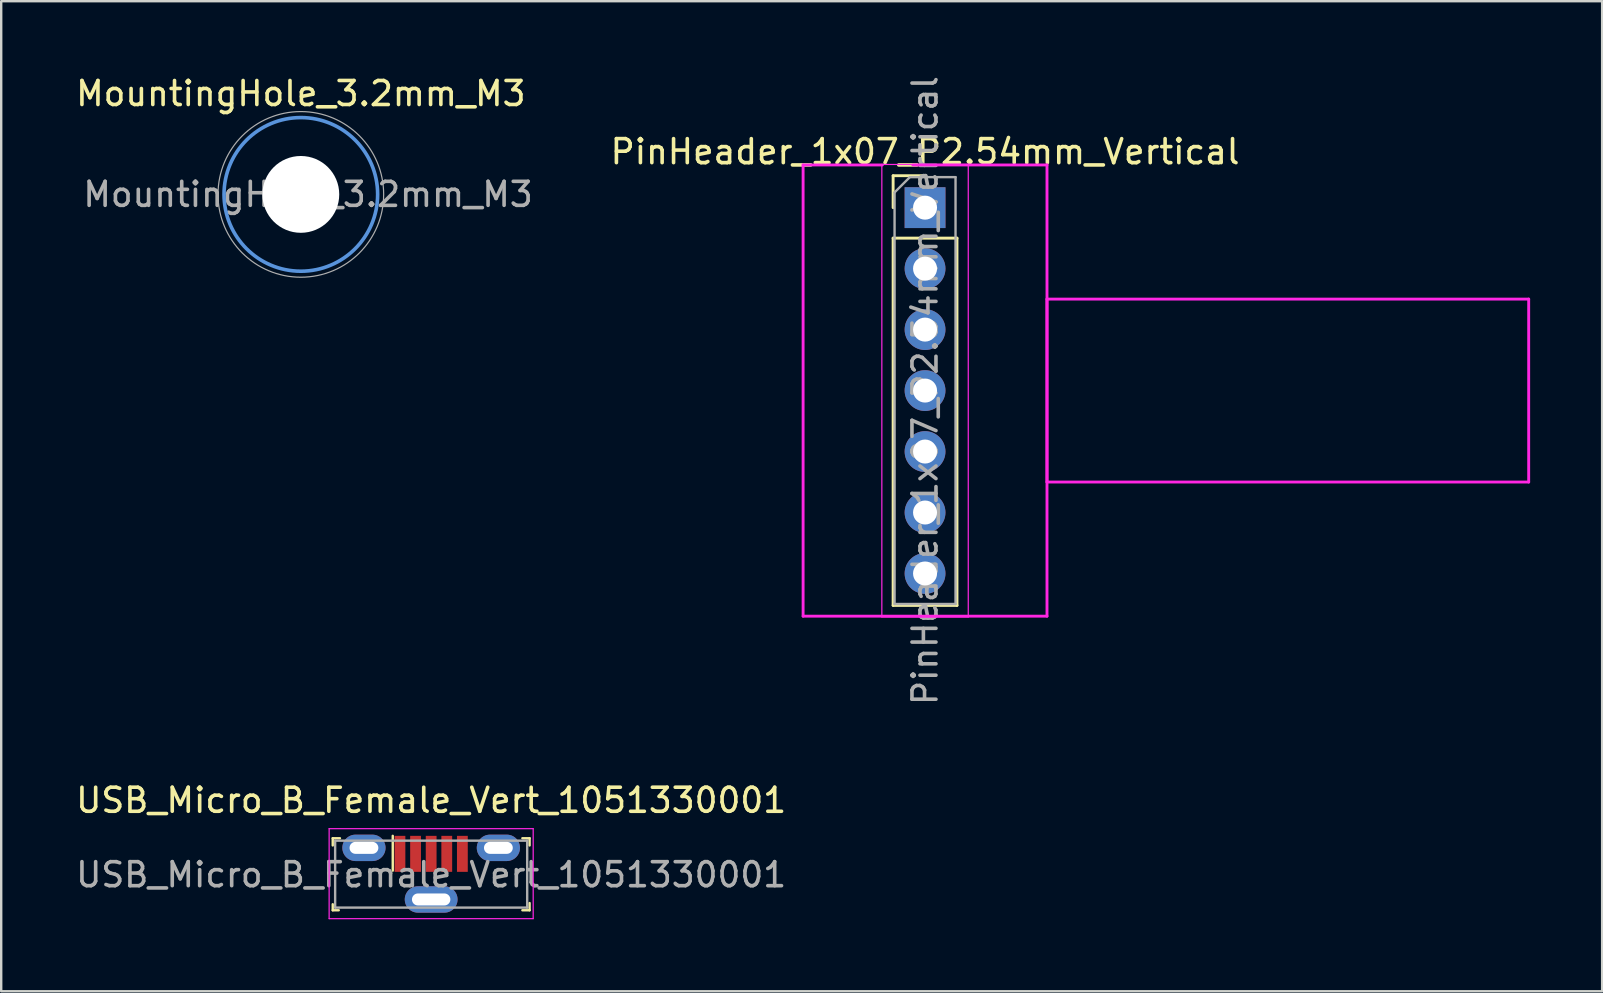
<source format=kicad_pcb>
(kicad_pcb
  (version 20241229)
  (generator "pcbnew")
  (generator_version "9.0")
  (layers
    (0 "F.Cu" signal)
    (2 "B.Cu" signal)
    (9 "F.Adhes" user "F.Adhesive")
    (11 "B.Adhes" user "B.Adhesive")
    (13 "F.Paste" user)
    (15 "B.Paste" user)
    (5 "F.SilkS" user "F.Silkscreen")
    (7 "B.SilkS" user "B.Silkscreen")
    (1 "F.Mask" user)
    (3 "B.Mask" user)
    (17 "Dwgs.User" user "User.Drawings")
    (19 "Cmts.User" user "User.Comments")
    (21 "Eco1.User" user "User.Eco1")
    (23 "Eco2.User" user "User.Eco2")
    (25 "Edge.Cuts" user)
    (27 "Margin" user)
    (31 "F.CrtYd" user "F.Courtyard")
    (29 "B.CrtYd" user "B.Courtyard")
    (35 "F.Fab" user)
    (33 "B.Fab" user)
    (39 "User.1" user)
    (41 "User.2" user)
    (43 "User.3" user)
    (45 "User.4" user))
  (footprint "MountingHole_3.2mm_M3"
    (layer "F.Cu")
    (at 9.482 5.048)
    (property "Reference" "MountingHole_3.2mm_M3" (at 0 -4.2 0) (layer "F.SilkS") (effects (font (size 1 1) (thickness 0.15))))
    (attr exclude_from_pos_files exclude_from_bom)
    (fp_circle (center 0 0) (end 3.2 0) (stroke (width 0.15) (type solid)) (fill no) (layer "Cmts.User"))
    (fp_circle (center 0 0) (end 3.45 0) (stroke (width 0.05) (type solid)) (fill no) (layer "F.Fab"))
    (fp_text user "${REFERENCE}" (at 0.3 0 0) (layer "F.Fab") (effects (font (size 1 1) (thickness 0.15))))
    (pad "" np_thru_hole circle (at 0 0) (size 3.2 3.2) (drill 3.2) (layers "*.Cu" "*.Mask")))
  (footprint "USB_Micro_B_Female_Vert_1051330001"
    (layer "F.Cu")
    (at 14.911 32.519)
    (property "Reference" "USB_Micro_B_Female_Vert_1051330001" (at 0 -2.23 0) (layer "F.SilkS") (effects (font (size 1 1) (thickness 0.15))))
    (attr smd)
    (fp_line (start -4.1 -0.65) (end -4.1 -0.35) (stroke (width 0.1) (type solid)) (layer "F.SilkS"))
    (fp_line (start -4.1 -0.65) (end -3.8 -0.65) (stroke (width 0.1) (type solid)) (layer "F.SilkS"))
    (fp_line (start -4.1 2.35) (end -4.1 2.1) (stroke (width 0.1) (type solid)) (layer "F.SilkS"))
    (fp_line (start -4.1 2.35) (end -3.85 2.35) (stroke (width 0.1) (type solid)) (layer "F.SilkS"))
    (fp_line (start -1.6 -0.75) (end -1.6 0.7) (stroke (width 0.1) (type solid)) (layer "F.SilkS"))
    (fp_line (start 4.1 -0.65) (end 3.8 -0.65) (stroke (width 0.1) (type solid)) (layer "F.SilkS"))
    (fp_line (start 4.1 -0.65) (end 4.1 -0.35) (stroke (width 0.1) (type solid)) (layer "F.SilkS"))
    (fp_line (start 4.1 2.35) (end 3.8 2.35) (stroke (width 0.1) (type solid)) (layer "F.SilkS"))
    (fp_line (start 4.1 2.35) (end 4.1 2.05) (stroke (width 0.1) (type solid)) (layer "F.SilkS"))
    (fp_line (start -4.25 -1.05) (end -4.25 2.7) (stroke (width 0.05) (type solid)) (layer "F.CrtYd"))
    (fp_line (start -4.25 -1.05) (end 4.25 -1.05) (stroke (width 0.05) (type solid)) (layer "F.CrtYd"))
    (fp_line (start -4.25 2.7) (end 4.25 2.7) (stroke (width 0.05) (type solid)) (layer "F.CrtYd"))
    (fp_line (start 4.25 -1.05) (end 4.25 2.7) (stroke (width 0.05) (type solid)) (layer "F.CrtYd"))
    (fp_line (start -4 -0.55) (end -4 2.24) (stroke (width 0.1) (type solid)) (layer "F.Fab"))
    (fp_line (start -4 -0.55) (end 4 -0.55) (stroke (width 0.1) (type solid)) (layer "F.Fab"))
    (fp_line (start -4 2.24) (end 4 2.24) (stroke (width 0.1) (type solid)) (layer "F.Fab"))
    (fp_line (start 4 -0.55) (end 4 2.24) (stroke (width 0.1) (type solid)) (layer "F.Fab"))
    (fp_text user "${REFERENCE}" (at 0 0.87 0) (layer "F.Fab") (effects (font (size 1 1) (thickness 0.15))))
    (pad "1" smd rect (at -1.3 0) (size 0.45 1.5) (layers "F.Cu" "F.Mask" "F.Paste"))
    (pad "2" smd rect (at -0.65 0) (size 0.45 1.5) (layers "F.Cu" "F.Mask" "F.Paste"))
    (pad "3" smd rect (at 0 0) (size 0.45 1.5) (layers "F.Cu" "F.Mask" "F.Paste"))
    (pad "4" smd rect (at 0.65 0) (size 0.45 1.5) (layers "F.Cu" "F.Mask" "F.Paste"))
    (pad "5" smd rect (at 1.3 0) (size 0.45 1.5) (layers "F.Cu" "F.Mask" "F.Paste"))
    (pad "6" thru_hole oval (at -2.8 -0.25) (size 1.8 1.1) (drill oval 1.2 0.5) (layers "*.Cu" "*.Mask"))
    (pad "6" thru_hole oval (at 0 1.9) (size 2.2 1.1) (drill oval 1.6 0.5) (layers "*.Cu" "*.Mask"))
    (pad "6" thru_hole oval (at 2.8 -0.25) (size 1.8 1.1) (drill oval 1.2 0.5) (layers "*.Cu" "*.Mask")))
  (footprint "PinHeader_1x07_P2.54mm_Vertical"
    (layer "F.Cu")
    (at 35.485 5.6)
    (property "Reference" "PinHeader_1x07_P2.54mm_Vertical" (at 0 -2.33 0) (layer "F.SilkS") (effects (font (size 1 1) (thickness 0.15))))
    (attr through_hole)
    (fp_line (start -1.33 -1.33) (end 0 -1.33) (stroke (width 0.12) (type solid)) (layer "F.SilkS"))
    (fp_line (start -1.33 0) (end -1.33 -1.33) (stroke (width 0.12) (type solid)) (layer "F.SilkS"))
    (fp_line (start -1.33 1.27) (end -1.33 16.57) (stroke (width 0.12) (type solid)) (layer "F.SilkS"))
    (fp_line (start -1.33 1.27) (end 1.33 1.27) (stroke (width 0.12) (type solid)) (layer "F.SilkS"))
    (fp_line (start -1.33 16.57) (end 1.33 16.57) (stroke (width 0.12) (type solid)) (layer "F.SilkS"))
    (fp_line (start 1.33 1.27) (end 1.33 16.57) (stroke (width 0.12) (type solid)) (layer "F.SilkS"))
    (fp_line (start -5.08 -1.778) (end -5.08 17.018) (stroke (width 0.12) (type solid)) (layer "F.CrtYd"))
    (fp_line (start -5.08 17.018) (end 5.08 17.018) (stroke (width 0.12) (type solid)) (layer "F.CrtYd"))
    (fp_line (start -1.8 -1.8) (end -1.8 17.05) (stroke (width 0.05) (type solid)) (layer "F.CrtYd"))
    (fp_line (start -1.8 17.05) (end 1.8 17.05) (stroke (width 0.05) (type solid)) (layer "F.CrtYd"))
    (fp_line (start -1.778 -1.778) (end -5.08 -1.778) (stroke (width 0.12) (type solid)) (layer "F.CrtYd"))
    (fp_line (start 1.8 -1.8) (end -1.8 -1.8) (stroke (width 0.05) (type solid)) (layer "F.CrtYd"))
    (fp_line (start 1.8 17.05) (end 1.8 -1.8) (stroke (width 0.05) (type solid)) (layer "F.CrtYd"))
    (fp_line (start 5.08 -1.778) (end -0.508 -1.778) (stroke (width 0.12) (type solid)) (layer "F.CrtYd"))
    (fp_line (start 5.08 3.81) (end 5.08 11.43) (stroke (width 0.12) (type solid)) (layer "F.CrtYd"))
    (fp_line (start 5.08 11.43) (end 25.146 11.43) (stroke (width 0.12) (type solid)) (layer "F.CrtYd"))
    (fp_line (start 5.08 17.018) (end 5.08 -1.778) (stroke (width 0.12) (type solid)) (layer "F.CrtYd"))
    (fp_line (start 25.146 3.81) (end 5.08 3.81) (stroke (width 0.12) (type solid)) (layer "F.CrtYd"))
    (fp_line (start 25.146 11.43) (end 25.146 3.81) (stroke (width 0.12) (type solid)) (layer "F.CrtYd"))
    (fp_line (start -1.27 -0.635) (end -0.635 -1.27) (stroke (width 0.1) (type solid)) (layer "F.Fab"))
    (fp_line (start -1.27 16.51) (end -1.27 -0.635) (stroke (width 0.1) (type solid)) (layer "F.Fab"))
    (fp_line (start -0.635 -1.27) (end 1.27 -1.27) (stroke (width 0.1) (type solid)) (layer "F.Fab"))
    (fp_line (start 1.27 -1.27) (end 1.27 16.51) (stroke (width 0.1) (type solid)) (layer "F.Fab"))
    (fp_line (start 1.27 16.51) (end -1.27 16.51) (stroke (width 0.1) (type solid)) (layer "F.Fab"))
    (fp_text user "${REFERENCE}" (at 0 7.62 90) (layer "F.Fab") (effects (font (size 1 1) (thickness 0.15))))
    (pad "1" thru_hole rect (at 0 0) (size 1.7 1.7) (drill 1) (layers "*.Cu" "*.Mask"))
    (pad "2" thru_hole oval (at 0 2.54) (size 1.7 1.7) (drill 1) (layers "*.Cu" "*.Mask"))
    (pad "3" thru_hole oval (at 0 5.08) (size 1.7 1.7) (drill 1) (layers "*.Cu" "*.Mask"))
    (pad "4" thru_hole oval (at 0 7.62) (size 1.7 1.7) (drill 1) (layers "*.Cu" "*.Mask"))
    (pad "5" thru_hole oval (at 0 10.16) (size 1.7 1.7) (drill 1) (layers "*.Cu" "*.Mask"))
    (pad "6" thru_hole oval (at 0 12.7) (size 1.7 1.7) (drill 1) (layers "*.Cu" "*.Mask"))
    (pad "7" thru_hole oval (at 0 15.24) (size 1.7 1.7) (drill 1) (layers "*.Cu" "*.Mask")))
  (gr_rect
    (start -3 -3)
    (end 63.691 38.244)
    (stroke (width 0.1) (type default))
    (fill no)
    (layer "Edge.Cuts")))
</source>
